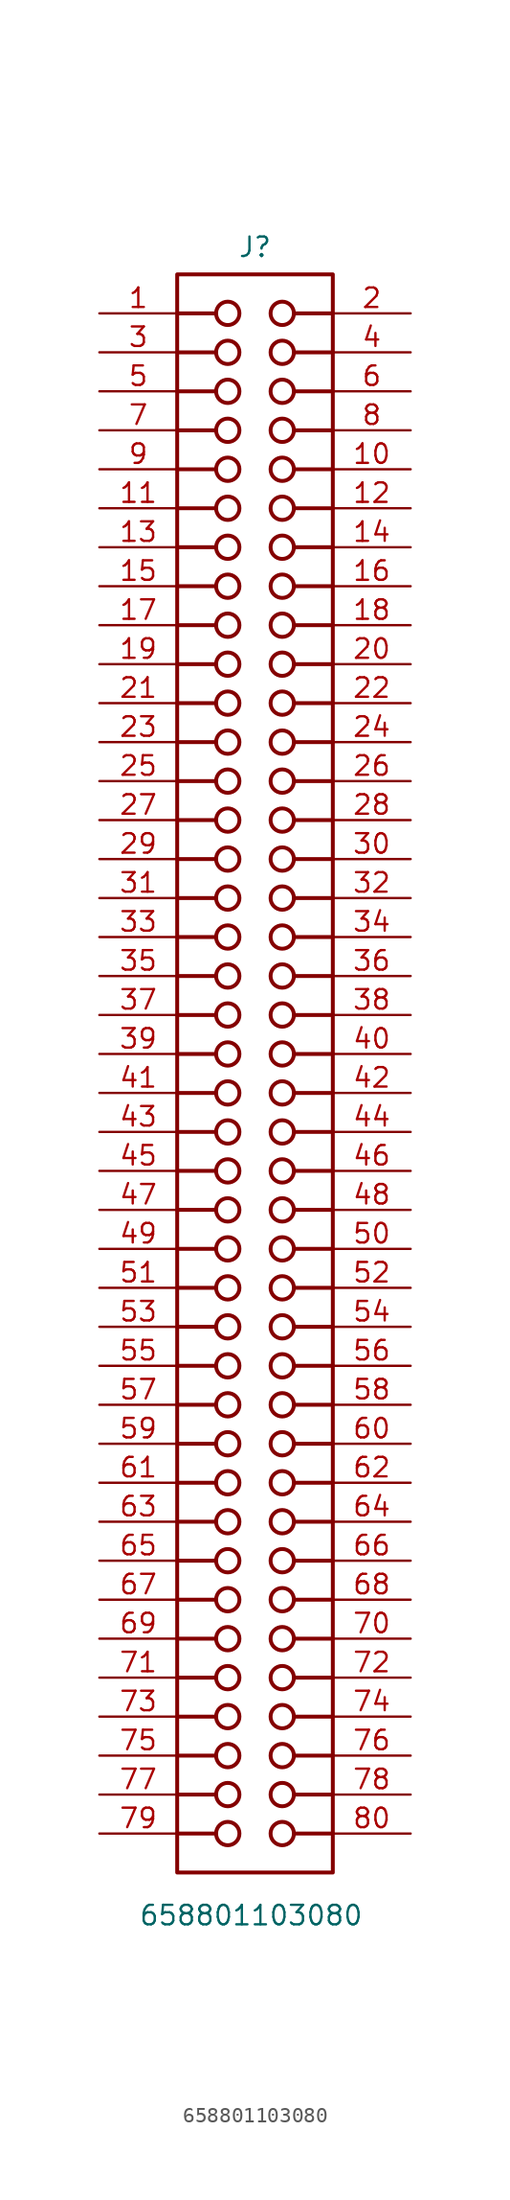
<source format=kicad_sym>
(kicad_symbol_lib
  (version 20241209)
  (generator "kicad_symbol_editor")
  (generator_version "9.0")
  (symbol "658801103080"
    (pin_names
      (hide yes))
    (property "Reference" "J"
      (at 0 52.578 0)
      (effects (font (size 1.27 1.27))))
    (property "Value" "658801103080"
      (at -0.254 -56.134 0)
      (effects (font (size 1.27 1.27))))
    (symbol "658801103080_1_1"
      (rectangle (start -5.08 50.8) (end 5.08 -53.34) (stroke (width 0.254) (type solid)) (fill (type none)))
      (polyline (pts (xy -5.08 48.26) (xy -2.54 48.26)) (stroke (width 0.254) (type solid)) (fill (type none)))
      (polyline (pts (xy -5.08 45.72) (xy -2.54 45.72)) (stroke (width 0.254) (type solid)) (fill (type none)))
      (polyline (pts (xy -5.08 43.18) (xy -2.54 43.18)) (stroke (width 0.254) (type solid)) (fill (type none)))
      (polyline (pts (xy -5.08 40.64) (xy -2.54 40.64)) (stroke (width 0.254) (type solid)) (fill (type none)))
      (polyline (pts (xy -5.08 38.1) (xy -2.54 38.1)) (stroke (width 0.254) (type solid)) (fill (type none)))
      (polyline (pts (xy -5.08 35.56) (xy -2.54 35.56)) (stroke (width 0.254) (type solid)) (fill (type none)))
      (polyline (pts (xy -5.08 33.02) (xy -2.54 33.02)) (stroke (width 0.254) (type solid)) (fill (type none)))
      (polyline (pts (xy -5.08 30.48) (xy -2.54 30.48)) (stroke (width 0.254) (type solid)) (fill (type none)))
      (polyline (pts (xy -5.08 27.94) (xy -2.54 27.94)) (stroke (width 0.254) (type solid)) (fill (type none)))
      (polyline (pts (xy -5.08 25.4) (xy -2.54 25.4)) (stroke (width 0.254) (type solid)) (fill (type none)))
      (polyline (pts (xy -5.08 22.86) (xy -2.54 22.86)) (stroke (width 0.254) (type solid)) (fill (type none)))
      (polyline (pts (xy -5.08 20.32) (xy -2.54 20.32)) (stroke (width 0.254) (type solid)) (fill (type none)))
      (polyline (pts (xy -5.08 17.78) (xy -2.54 17.78)) (stroke (width 0.254) (type solid)) (fill (type none)))
      (polyline (pts (xy -5.08 15.24) (xy -2.54 15.24)) (stroke (width 0.254) (type solid)) (fill (type none)))
      (polyline (pts (xy -5.08 12.7) (xy -2.54 12.7)) (stroke (width 0.254) (type solid)) (fill (type none)))
      (polyline (pts (xy -5.08 10.16) (xy -2.54 10.16)) (stroke (width 0.254) (type solid)) (fill (type none)))
      (polyline (pts (xy -5.08 7.62) (xy -2.54 7.62)) (stroke (width 0.254) (type solid)) (fill (type none)))
      (polyline (pts (xy -5.08 5.08) (xy -2.54 5.08)) (stroke (width 0.254) (type solid)) (fill (type none)))
      (polyline (pts (xy -5.08 2.54) (xy -2.54 2.54)) (stroke (width 0.254) (type solid)) (fill (type none)))
      (polyline (pts (xy -5.08 0) (xy -2.54 0)) (stroke (width 0.254) (type solid)) (fill (type none)))
      (polyline (pts (xy -5.08 -2.54) (xy -2.54 -2.54)) (stroke (width 0.254) (type solid)) (fill (type none)))
      (polyline (pts (xy -5.08 -5.08) (xy -2.54 -5.08)) (stroke (width 0.254) (type solid)) (fill (type none)))
      (polyline (pts (xy -5.08 -7.62) (xy -2.54 -7.62)) (stroke (width 0.254) (type solid)) (fill (type none)))
      (polyline (pts (xy -5.08 -10.16) (xy -2.54 -10.16)) (stroke (width 0.254) (type solid)) (fill (type none)))
      (polyline (pts (xy -5.08 -12.7) (xy -2.54 -12.7)) (stroke (width 0.254) (type solid)) (fill (type none)))
      (polyline (pts (xy -5.08 -15.24) (xy -2.54 -15.24)) (stroke (width 0.254) (type solid)) (fill (type none)))
      (polyline (pts (xy -5.08 -17.78) (xy -2.54 -17.78)) (stroke (width 0.254) (type solid)) (fill (type none)))
      (polyline (pts (xy -5.08 -20.32) (xy -2.54 -20.32)) (stroke (width 0.254) (type solid)) (fill (type none)))
      (polyline (pts (xy -5.08 -22.86) (xy -2.54 -22.86)) (stroke (width 0.254) (type solid)) (fill (type none)))
      (polyline (pts (xy -5.08 -25.4) (xy -2.54 -25.4)) (stroke (width 0.254) (type solid)) (fill (type none)))
      (polyline (pts (xy -5.08 -27.94) (xy -2.54 -27.94)) (stroke (width 0.254) (type solid)) (fill (type none)))
      (polyline (pts (xy -5.08 -30.48) (xy -2.54 -30.48)) (stroke (width 0.254) (type solid)) (fill (type none)))
      (polyline (pts (xy -5.08 -33.02) (xy -2.54 -33.02)) (stroke (width 0.254) (type solid)) (fill (type none)))
      (polyline (pts (xy -5.08 -35.56) (xy -2.54 -35.56)) (stroke (width 0.254) (type solid)) (fill (type none)))
      (polyline (pts (xy -5.08 -38.1) (xy -2.54 -38.1)) (stroke (width 0.254) (type solid)) (fill (type none)))
      (polyline (pts (xy -5.08 -40.64) (xy -2.54 -40.64)) (stroke (width 0.254) (type solid)) (fill (type none)))
      (polyline (pts (xy -5.08 -43.18) (xy -2.54 -43.18)) (stroke (width 0.254) (type solid)) (fill (type none)))
      (polyline (pts (xy -5.08 -45.72) (xy -2.54 -45.72)) (stroke (width 0.254) (type solid)) (fill (type none)))
      (polyline (pts (xy -5.08 -48.26) (xy -2.54 -48.26)) (stroke (width 0.254) (type solid)) (fill (type none)))
      (polyline (pts (xy -5.08 -50.8) (xy -2.54 -50.8)) (stroke (width 0.254) (type solid)) (fill (type none)))
      (circle (center -1.778 48.26) (radius 0.762) (stroke (width 0.254) (type solid)) (fill (type none)))
      (circle (center -1.778 45.72) (radius 0.762) (stroke (width 0.254) (type solid)) (fill (type none)))
      (circle (center -1.778 43.18) (radius 0.762) (stroke (width 0.254) (type solid)) (fill (type none)))
      (circle (center -1.778 40.64) (radius 0.762) (stroke (width 0.254) (type solid)) (fill (type none)))
      (circle (center -1.778 38.1) (radius 0.762) (stroke (width 0.254) (type solid)) (fill (type none)))
      (circle (center -1.778 35.56) (radius 0.762) (stroke (width 0.254) (type solid)) (fill (type none)))
      (circle (center -1.778 33.02) (radius 0.762) (stroke (width 0.254) (type solid)) (fill (type none)))
      (circle (center -1.778 30.48) (radius 0.762) (stroke (width 0.254) (type solid)) (fill (type none)))
      (circle (center -1.778 27.94) (radius 0.762) (stroke (width 0.254) (type solid)) (fill (type none)))
      (circle (center -1.778 25.4) (radius 0.762) (stroke (width 0.254) (type solid)) (fill (type none)))
      (circle (center -1.778 22.86) (radius 0.762) (stroke (width 0.254) (type solid)) (fill (type none)))
      (circle (center -1.778 20.32) (radius 0.762) (stroke (width 0.254) (type solid)) (fill (type none)))
      (circle (center -1.778 17.78) (radius 0.762) (stroke (width 0.254) (type solid)) (fill (type none)))
      (circle (center -1.778 15.24) (radius 0.762) (stroke (width 0.254) (type solid)) (fill (type none)))
      (circle (center -1.778 12.7) (radius 0.762) (stroke (width 0.254) (type solid)) (fill (type none)))
      (circle (center -1.778 10.16) (radius 0.762) (stroke (width 0.254) (type solid)) (fill (type none)))
      (circle (center -1.778 7.62) (radius 0.762) (stroke (width 0.254) (type solid)) (fill (type none)))
      (circle (center -1.778 5.08) (radius 0.762) (stroke (width 0.254) (type solid)) (fill (type none)))
      (circle (center -1.778 2.54) (radius 0.762) (stroke (width 0.254) (type solid)) (fill (type none)))
      (circle (center -1.778 0) (radius 0.762) (stroke (width 0.254) (type solid)) (fill (type none)))
      (circle (center -1.778 -2.54) (radius 0.762) (stroke (width 0.254) (type solid)) (fill (type none)))
      (circle (center -1.778 -5.08) (radius 0.762) (stroke (width 0.254) (type solid)) (fill (type none)))
      (circle (center -1.778 -7.62) (radius 0.762) (stroke (width 0.254) (type solid)) (fill (type none)))
      (circle (center -1.778 -10.16) (radius 0.762) (stroke (width 0.254) (type solid)) (fill (type none)))
      (circle (center -1.778 -12.7) (radius 0.762) (stroke (width 0.254) (type solid)) (fill (type none)))
      (circle (center -1.778 -15.24) (radius 0.762) (stroke (width 0.254) (type solid)) (fill (type none)))
      (circle (center -1.778 -17.78) (radius 0.762) (stroke (width 0.254) (type solid)) (fill (type none)))
      (circle (center -1.778 -20.32) (radius 0.762) (stroke (width 0.254) (type solid)) (fill (type none)))
      (circle (center -1.778 -22.86) (radius 0.762) (stroke (width 0.254) (type solid)) (fill (type none)))
      (circle (center -1.778 -25.4) (radius 0.762) (stroke (width 0.254) (type solid)) (fill (type none)))
      (circle (center -1.778 -27.94) (radius 0.762) (stroke (width 0.254) (type solid)) (fill (type none)))
      (circle (center -1.778 -30.48) (radius 0.762) (stroke (width 0.254) (type solid)) (fill (type none)))
      (circle (center -1.778 -33.02) (radius 0.762) (stroke (width 0.254) (type solid)) (fill (type none)))
      (circle (center -1.778 -35.56) (radius 0.762) (stroke (width 0.254) (type solid)) (fill (type none)))
      (circle (center -1.778 -38.1) (radius 0.762) (stroke (width 0.254) (type solid)) (fill (type none)))
      (circle (center -1.778 -40.64) (radius 0.762) (stroke (width 0.254) (type solid)) (fill (type none)))
      (circle (center -1.778 -43.18) (radius 0.762) (stroke (width 0.254) (type solid)) (fill (type none)))
      (circle (center -1.778 -45.72) (radius 0.762) (stroke (width 0.254) (type solid)) (fill (type none)))
      (circle (center -1.778 -48.26) (radius 0.762) (stroke (width 0.254) (type solid)) (fill (type none)))
      (circle (center -1.778 -50.8) (radius 0.762) (stroke (width 0.254) (type solid)) (fill (type none)))
      (circle (center 1.778 48.26) (radius 0.762) (stroke (width 0.254) (type solid)) (fill (type none)))
      (circle (center 1.778 45.72) (radius 0.762) (stroke (width 0.254) (type solid)) (fill (type none)))
      (circle (center 1.778 43.18) (radius 0.762) (stroke (width 0.254) (type solid)) (fill (type none)))
      (circle (center 1.778 40.64) (radius 0.762) (stroke (width 0.254) (type solid)) (fill (type none)))
      (circle (center 1.778 38.1) (radius 0.762) (stroke (width 0.254) (type solid)) (fill (type none)))
      (circle (center 1.778 35.56) (radius 0.762) (stroke (width 0.254) (type solid)) (fill (type none)))
      (circle (center 1.778 33.02) (radius 0.762) (stroke (width 0.254) (type solid)) (fill (type none)))
      (circle (center 1.778 30.48) (radius 0.762) (stroke (width 0.254) (type solid)) (fill (type none)))
      (circle (center 1.778 27.94) (radius 0.762) (stroke (width 0.254) (type solid)) (fill (type none)))
      (circle (center 1.778 25.4) (radius 0.762) (stroke (width 0.254) (type solid)) (fill (type none)))
      (circle (center 1.778 22.86) (radius 0.762) (stroke (width 0.254) (type solid)) (fill (type none)))
      (circle (center 1.778 20.32) (radius 0.762) (stroke (width 0.254) (type solid)) (fill (type none)))
      (circle (center 1.778 17.78) (radius 0.762) (stroke (width 0.254) (type solid)) (fill (type none)))
      (circle (center 1.778 15.24) (radius 0.762) (stroke (width 0.254) (type solid)) (fill (type none)))
      (circle (center 1.778 12.7) (radius 0.762) (stroke (width 0.254) (type solid)) (fill (type none)))
      (circle (center 1.778 10.16) (radius 0.762) (stroke (width 0.254) (type solid)) (fill (type none)))
      (circle (center 1.778 7.62) (radius 0.762) (stroke (width 0.254) (type solid)) (fill (type none)))
      (circle (center 1.778 5.08) (radius 0.762) (stroke (width 0.254) (type solid)) (fill (type none)))
      (circle (center 1.778 2.54) (radius 0.762) (stroke (width 0.254) (type solid)) (fill (type none)))
      (circle (center 1.778 0) (radius 0.762) (stroke (width 0.254) (type solid)) (fill (type none)))
      (circle (center 1.778 -2.54) (radius 0.762) (stroke (width 0.254) (type solid)) (fill (type none)))
      (circle (center 1.778 -5.08) (radius 0.762) (stroke (width 0.254) (type solid)) (fill (type none)))
      (circle (center 1.778 -7.62) (radius 0.762) (stroke (width 0.254) (type solid)) (fill (type none)))
      (circle (center 1.778 -10.16) (radius 0.762) (stroke (width 0.254) (type solid)) (fill (type none)))
      (circle (center 1.778 -12.7) (radius 0.762) (stroke (width 0.254) (type solid)) (fill (type none)))
      (circle (center 1.778 -15.24) (radius 0.762) (stroke (width 0.254) (type solid)) (fill (type none)))
      (circle (center 1.778 -17.78) (radius 0.762) (stroke (width 0.254) (type solid)) (fill (type none)))
      (circle (center 1.778 -20.32) (radius 0.762) (stroke (width 0.254) (type solid)) (fill (type none)))
      (circle (center 1.778 -22.86) (radius 0.762) (stroke (width 0.254) (type solid)) (fill (type none)))
      (circle (center 1.778 -25.4) (radius 0.762) (stroke (width 0.254) (type solid)) (fill (type none)))
      (circle (center 1.778 -27.94) (radius 0.762) (stroke (width 0.254) (type solid)) (fill (type none)))
      (circle (center 1.778 -30.48) (radius 0.762) (stroke (width 0.254) (type solid)) (fill (type none)))
      (circle (center 1.778 -33.02) (radius 0.762) (stroke (width 0.254) (type solid)) (fill (type none)))
      (circle (center 1.778 -35.56) (radius 0.762) (stroke (width 0.254) (type solid)) (fill (type none)))
      (circle (center 1.778 -38.1) (radius 0.762) (stroke (width 0.254) (type solid)) (fill (type none)))
      (circle (center 1.778 -40.64) (radius 0.762) (stroke (width 0.254) (type solid)) (fill (type none)))
      (circle (center 1.778 -43.18) (radius 0.762) (stroke (width 0.254) (type solid)) (fill (type none)))
      (circle (center 1.778 -45.72) (radius 0.762) (stroke (width 0.254) (type solid)) (fill (type none)))
      (circle (center 1.778 -48.26) (radius 0.762) (stroke (width 0.254) (type solid)) (fill (type none)))
      (circle (center 1.778 -50.8) (radius 0.762) (stroke (width 0.254) (type solid)) (fill (type none)))
      (polyline (pts (xy 5.08 48.26) (xy 2.54 48.26)) (stroke (width 0.254) (type solid)) (fill (type none)))
      (polyline (pts (xy 5.08 45.72) (xy 2.54 45.72)) (stroke (width 0.254) (type solid)) (fill (type none)))
      (polyline (pts (xy 5.08 43.18) (xy 2.54 43.18)) (stroke (width 0.254) (type solid)) (fill (type none)))
      (polyline (pts (xy 5.08 40.64) (xy 2.54 40.64)) (stroke (width 0.254) (type solid)) (fill (type none)))
      (polyline (pts (xy 5.08 38.1) (xy 2.54 38.1)) (stroke (width 0.254) (type solid)) (fill (type none)))
      (polyline (pts (xy 5.08 35.56) (xy 2.54 35.56)) (stroke (width 0.254) (type solid)) (fill (type none)))
      (polyline (pts (xy 5.08 33.02) (xy 2.54 33.02)) (stroke (width 0.254) (type solid)) (fill (type none)))
      (polyline (pts (xy 5.08 30.48) (xy 2.54 30.48)) (stroke (width 0.254) (type solid)) (fill (type none)))
      (polyline (pts (xy 5.08 27.94) (xy 2.54 27.94)) (stroke (width 0.254) (type solid)) (fill (type none)))
      (polyline (pts (xy 5.08 25.4) (xy 2.54 25.4)) (stroke (width 0.254) (type solid)) (fill (type none)))
      (polyline (pts (xy 5.08 22.86) (xy 2.54 22.86)) (stroke (width 0.254) (type solid)) (fill (type none)))
      (polyline (pts (xy 5.08 20.32) (xy 2.54 20.32)) (stroke (width 0.254) (type solid)) (fill (type none)))
      (polyline (pts (xy 5.08 17.78) (xy 2.54 17.78)) (stroke (width 0.254) (type solid)) (fill (type none)))
      (polyline (pts (xy 5.08 15.24) (xy 2.54 15.24)) (stroke (width 0.254) (type solid)) (fill (type none)))
      (polyline (pts (xy 5.08 12.7) (xy 2.54 12.7)) (stroke (width 0.254) (type solid)) (fill (type none)))
      (polyline (pts (xy 5.08 10.16) (xy 2.54 10.16)) (stroke (width 0.254) (type solid)) (fill (type none)))
      (polyline (pts (xy 5.08 7.62) (xy 2.54 7.62)) (stroke (width 0.254) (type solid)) (fill (type none)))
      (polyline (pts (xy 5.08 5.08) (xy 2.54 5.08)) (stroke (width 0.254) (type solid)) (fill (type none)))
      (polyline (pts (xy 5.08 2.54) (xy 2.54 2.54)) (stroke (width 0.254) (type solid)) (fill (type none)))
      (polyline (pts (xy 5.08 0) (xy 2.54 0)) (stroke (width 0.254) (type solid)) (fill (type none)))
      (polyline (pts (xy 5.08 -2.54) (xy 2.54 -2.54)) (stroke (width 0.254) (type solid)) (fill (type none)))
      (polyline (pts (xy 5.08 -5.08) (xy 2.54 -5.08)) (stroke (width 0.254) (type solid)) (fill (type none)))
      (polyline (pts (xy 5.08 -7.62) (xy 2.54 -7.62)) (stroke (width 0.254) (type solid)) (fill (type none)))
      (polyline (pts (xy 5.08 -10.16) (xy 2.54 -10.16)) (stroke (width 0.254) (type solid)) (fill (type none)))
      (polyline (pts (xy 5.08 -12.7) (xy 2.54 -12.7)) (stroke (width 0.254) (type solid)) (fill (type none)))
      (polyline (pts (xy 5.08 -15.24) (xy 2.54 -15.24)) (stroke (width 0.254) (type solid)) (fill (type none)))
      (polyline (pts (xy 5.08 -17.78) (xy 2.54 -17.78)) (stroke (width 0.254) (type solid)) (fill (type none)))
      (polyline (pts (xy 5.08 -20.32) (xy 2.54 -20.32)) (stroke (width 0.254) (type solid)) (fill (type none)))
      (polyline (pts (xy 5.08 -22.86) (xy 2.54 -22.86)) (stroke (width 0.254) (type solid)) (fill (type none)))
      (polyline (pts (xy 5.08 -25.4) (xy 2.54 -25.4)) (stroke (width 0.254) (type solid)) (fill (type none)))
      (polyline (pts (xy 5.08 -27.94) (xy 2.54 -27.94)) (stroke (width 0.254) (type solid)) (fill (type none)))
      (polyline (pts (xy 5.08 -30.48) (xy 2.54 -30.48)) (stroke (width 0.254) (type solid)) (fill (type none)))
      (polyline (pts (xy 5.08 -33.02) (xy 2.54 -33.02)) (stroke (width 0.254) (type solid)) (fill (type none)))
      (polyline (pts (xy 5.08 -35.56) (xy 2.54 -35.56)) (stroke (width 0.254) (type solid)) (fill (type none)))
      (polyline (pts (xy 5.08 -38.1) (xy 2.54 -38.1)) (stroke (width 0.254) (type solid)) (fill (type none)))
      (polyline (pts (xy 5.08 -40.64) (xy 2.54 -40.64)) (stroke (width 0.254) (type solid)) (fill (type none)))
      (polyline (pts (xy 5.08 -43.18) (xy 2.54 -43.18)) (stroke (width 0.254) (type solid)) (fill (type none)))
      (polyline (pts (xy 5.08 -45.72) (xy 2.54 -45.72)) (stroke (width 0.254) (type solid)) (fill (type none)))
      (polyline (pts (xy 5.08 -48.26) (xy 2.54 -48.26)) (stroke (width 0.254) (type solid)) (fill (type none)))
      (polyline (pts (xy 5.08 -50.8) (xy 2.54 -50.8)) (stroke (width 0.254) (type solid)) (fill (type none)))
      (pin passive line (at -10.16 48.26 0) (length 5.08) (name "1" (effects (font (size 1.27 1.27)))) (number "1" (effects (font (size 1.27 1.27)))))
      (pin passive line (at -10.16 45.72 0) (length 5.08) (name "3" (effects (font (size 1.27 1.27)))) (number "3" (effects (font (size 1.27 1.27)))))
      (pin passive line (at -10.16 43.18 0) (length 5.08) (name "5" (effects (font (size 1.27 1.27)))) (number "5" (effects (font (size 1.27 1.27)))))
      (pin passive line (at -10.16 40.64 0) (length 5.08) (name "7" (effects (font (size 1.27 1.27)))) (number "7" (effects (font (size 1.27 1.27)))))
      (pin passive line (at -10.16 38.1 0) (length 5.08) (name "9" (effects (font (size 1.27 1.27)))) (number "9" (effects (font (size 1.27 1.27)))))
      (pin passive line (at -10.16 35.56 0) (length 5.08) (name "11" (effects (font (size 1.27 1.27)))) (number "11" (effects (font (size 1.27 1.27)))))
      (pin passive line (at -10.16 33.02 0) (length 5.08) (name "13" (effects (font (size 1.27 1.27)))) (number "13" (effects (font (size 1.27 1.27)))))
      (pin passive line (at -10.16 30.48 0) (length 5.08) (name "15" (effects (font (size 1.27 1.27)))) (number "15" (effects (font (size 1.27 1.27)))))
      (pin passive line (at -10.16 27.94 0) (length 5.08) (name "17" (effects (font (size 1.27 1.27)))) (number "17" (effects (font (size 1.27 1.27)))))
      (pin passive line (at -10.16 25.4 0) (length 5.08) (name "19" (effects (font (size 1.27 1.27)))) (number "19" (effects (font (size 1.27 1.27)))))
      (pin passive line (at -10.16 22.86 0) (length 5.08) (name "21" (effects (font (size 1.27 1.27)))) (number "21" (effects (font (size 1.27 1.27)))))
      (pin passive line (at -10.16 20.32 0) (length 5.08) (name "23" (effects (font (size 1.27 1.27)))) (number "23" (effects (font (size 1.27 1.27)))))
      (pin passive line (at -10.16 17.78 0) (length 5.08) (name "25" (effects (font (size 1.27 1.27)))) (number "25" (effects (font (size 1.27 1.27)))))
      (pin passive line (at -10.16 15.24 0) (length 5.08) (name "27" (effects (font (size 1.27 1.27)))) (number "27" (effects (font (size 1.27 1.27)))))
      (pin passive line (at -10.16 12.7 0) (length 5.08) (name "29" (effects (font (size 1.27 1.27)))) (number "29" (effects (font (size 1.27 1.27)))))
      (pin passive line (at -10.16 10.16 0) (length 5.08) (name "31" (effects (font (size 1.27 1.27)))) (number "31" (effects (font (size 1.27 1.27)))))
      (pin passive line (at -10.16 7.62 0) (length 5.08) (name "33" (effects (font (size 1.27 1.27)))) (number "33" (effects (font (size 1.27 1.27)))))
      (pin passive line (at -10.16 5.08 0) (length 5.08) (name "35" (effects (font (size 1.27 1.27)))) (number "35" (effects (font (size 1.27 1.27)))))
      (pin passive line (at -10.16 2.54 0) (length 5.08) (name "37" (effects (font (size 1.27 1.27)))) (number "37" (effects (font (size 1.27 1.27)))))
      (pin passive line (at -10.16 0 0) (length 5.08) (name "39" (effects (font (size 1.27 1.27)))) (number "39" (effects (font (size 1.27 1.27)))))
      (pin passive line (at -10.16 -2.54 0) (length 5.08) (name "41" (effects (font (size 1.27 1.27)))) (number "41" (effects (font (size 1.27 1.27)))))
      (pin passive line (at -10.16 -5.08 0) (length 5.08) (name "43" (effects (font (size 1.27 1.27)))) (number "43" (effects (font (size 1.27 1.27)))))
      (pin passive line (at -10.16 -7.62 0) (length 5.08) (name "45" (effects (font (size 1.27 1.27)))) (number "45" (effects (font (size 1.27 1.27)))))
      (pin passive line (at -10.16 -10.16 0) (length 5.08) (name "47" (effects (font (size 1.27 1.27)))) (number "47" (effects (font (size 1.27 1.27)))))
      (pin passive line (at -10.16 -12.7 0) (length 5.08) (name "49" (effects (font (size 1.27 1.27)))) (number "49" (effects (font (size 1.27 1.27)))))
      (pin passive line (at -10.16 -15.24 0) (length 5.08) (name "51" (effects (font (size 1.27 1.27)))) (number "51" (effects (font (size 1.27 1.27)))))
      (pin passive line (at -10.16 -17.78 0) (length 5.08) (name "53" (effects (font (size 1.27 1.27)))) (number "53" (effects (font (size 1.27 1.27)))))
      (pin passive line (at -10.16 -20.32 0) (length 5.08) (name "55" (effects (font (size 1.27 1.27)))) (number "55" (effects (font (size 1.27 1.27)))))
      (pin passive line (at -10.16 -22.86 0) (length 5.08) (name "57" (effects (font (size 1.27 1.27)))) (number "57" (effects (font (size 1.27 1.27)))))
      (pin passive line (at -10.16 -25.4 0) (length 5.08) (name "59" (effects (font (size 1.27 1.27)))) (number "59" (effects (font (size 1.27 1.27)))))
      (pin passive line (at -10.16 -27.94 0) (length 5.08) (name "61" (effects (font (size 1.27 1.27)))) (number "61" (effects (font (size 1.27 1.27)))))
      (pin passive line (at -10.16 -30.48 0) (length 5.08) (name "63" (effects (font (size 1.27 1.27)))) (number "63" (effects (font (size 1.27 1.27)))))
      (pin passive line (at -10.16 -33.02 0) (length 5.08) (name "65" (effects (font (size 1.27 1.27)))) (number "65" (effects (font (size 1.27 1.27)))))
      (pin passive line (at -10.16 -35.56 0) (length 5.08) (name "67" (effects (font (size 1.27 1.27)))) (number "67" (effects (font (size 1.27 1.27)))))
      (pin passive line (at -10.16 -38.1 0) (length 5.08) (name "69" (effects (font (size 1.27 1.27)))) (number "69" (effects (font (size 1.27 1.27)))))
      (pin passive line (at -10.16 -40.64 0) (length 5.08) (name "71" (effects (font (size 1.27 1.27)))) (number "71" (effects (font (size 1.27 1.27)))))
      (pin passive line (at -10.16 -43.18 0) (length 5.08) (name "73" (effects (font (size 1.27 1.27)))) (number "73" (effects (font (size 1.27 1.27)))))
      (pin passive line (at -10.16 -45.72 0) (length 5.08) (name "75" (effects (font (size 1.27 1.27)))) (number "75" (effects (font (size 1.27 1.27)))))
      (pin passive line (at -10.16 -48.26 0) (length 5.08) (name "77" (effects (font (size 1.27 1.27)))) (number "77" (effects (font (size 1.27 1.27)))))
      (pin passive line (at -10.16 -50.8 0) (length 5.08) (name "79" (effects (font (size 1.27 1.27)))) (number "79" (effects (font (size 1.27 1.27)))))
      (pin passive line (at 10.16 48.26 180) (length 5.08) (name "2" (effects (font (size 1.27 1.27)))) (number "2" (effects (font (size 1.27 1.27)))))
      (pin passive line (at 10.16 45.72 180) (length 5.08) (name "4" (effects (font (size 1.27 1.27)))) (number "4" (effects (font (size 1.27 1.27)))))
      (pin passive line (at 10.16 43.18 180) (length 5.08) (name "6" (effects (font (size 1.27 1.27)))) (number "6" (effects (font (size 1.27 1.27)))))
      (pin passive line (at 10.16 40.64 180) (length 5.08) (name "8" (effects (font (size 1.27 1.27)))) (number "8" (effects (font (size 1.27 1.27)))))
      (pin passive line (at 10.16 38.1 180) (length 5.08) (name "10" (effects (font (size 1.27 1.27)))) (number "10" (effects (font (size 1.27 1.27)))))
      (pin passive line (at 10.16 35.56 180) (length 5.08) (name "12" (effects (font (size 1.27 1.27)))) (number "12" (effects (font (size 1.27 1.27)))))
      (pin passive line (at 10.16 33.02 180) (length 5.08) (name "14" (effects (font (size 1.27 1.27)))) (number "14" (effects (font (size 1.27 1.27)))))
      (pin passive line (at 10.16 30.48 180) (length 5.08) (name "16" (effects (font (size 1.27 1.27)))) (number "16" (effects (font (size 1.27 1.27)))))
      (pin passive line (at 10.16 27.94 180) (length 5.08) (name "18" (effects (font (size 1.27 1.27)))) (number "18" (effects (font (size 1.27 1.27)))))
      (pin passive line (at 10.16 25.4 180) (length 5.08) (name "20" (effects (font (size 1.27 1.27)))) (number "20" (effects (font (size 1.27 1.27)))))
      (pin passive line (at 10.16 22.86 180) (length 5.08) (name "22" (effects (font (size 1.27 1.27)))) (number "22" (effects (font (size 1.27 1.27)))))
      (pin passive line (at 10.16 20.32 180) (length 5.08) (name "24" (effects (font (size 1.27 1.27)))) (number "24" (effects (font (size 1.27 1.27)))))
      (pin passive line (at 10.16 17.78 180) (length 5.08) (name "1" (effects (font (size 1.27 1.27)))) (number "26" (effects (font (size 1.27 1.27)))))
      (pin passive line (at 10.16 15.24 180) (length 5.08) (name "28" (effects (font (size 1.27 1.27)))) (number "28" (effects (font (size 1.27 1.27)))))
      (pin passive line (at 10.16 12.7 180) (length 5.08) (name "30" (effects (font (size 1.27 1.27)))) (number "30" (effects (font (size 1.27 1.27)))))
      (pin passive line (at 10.16 10.16 180) (length 5.08) (name "32" (effects (font (size 1.27 1.27)))) (number "32" (effects (font (size 1.27 1.27)))))
      (pin passive line (at 10.16 7.62 180) (length 5.08) (name "34" (effects (font (size 1.27 1.27)))) (number "34" (effects (font (size 1.27 1.27)))))
      (pin passive line (at 10.16 5.08 180) (length 5.08) (name "36" (effects (font (size 1.27 1.27)))) (number "36" (effects (font (size 1.27 1.27)))))
      (pin passive line (at 10.16 2.54 180) (length 5.08) (name "38" (effects (font (size 1.27 1.27)))) (number "38" (effects (font (size 1.27 1.27)))))
      (pin passive line (at 10.16 0 180) (length 5.08) (name "40" (effects (font (size 1.27 1.27)))) (number "40" (effects (font (size 1.27 1.27)))))
      (pin passive line (at 10.16 -2.54 180) (length 5.08) (name "42" (effects (font (size 1.27 1.27)))) (number "42" (effects (font (size 1.27 1.27)))))
      (pin passive line (at 10.16 -5.08 180) (length 5.08) (name "44" (effects (font (size 1.27 1.27)))) (number "44" (effects (font (size 1.27 1.27)))))
      (pin passive line (at 10.16 -7.62 180) (length 5.08) (name "46" (effects (font (size 1.27 1.27)))) (number "46" (effects (font (size 1.27 1.27)))))
      (pin passive line (at 10.16 -10.16 180) (length 5.08) (name "48" (effects (font (size 1.27 1.27)))) (number "48" (effects (font (size 1.27 1.27)))))
      (pin passive line (at 10.16 -12.7 180) (length 5.08) (name "50" (effects (font (size 1.27 1.27)))) (number "50" (effects (font (size 1.27 1.27)))))
      (pin passive line (at 10.16 -15.24 180) (length 5.08) (name "52" (effects (font (size 1.27 1.27)))) (number "52" (effects (font (size 1.27 1.27)))))
      (pin passive line (at 10.16 -17.78 180) (length 5.08) (name "54" (effects (font (size 1.27 1.27)))) (number "54" (effects (font (size 1.27 1.27)))))
      (pin passive line (at 10.16 -20.32 180) (length 5.08) (name "56" (effects (font (size 1.27 1.27)))) (number "56" (effects (font (size 1.27 1.27)))))
      (pin passive line (at 10.16 -22.86 180) (length 5.08) (name "58" (effects (font (size 1.27 1.27)))) (number "58" (effects (font (size 1.27 1.27)))))
      (pin passive line (at 10.16 -25.4 180) (length 5.08) (name "60" (effects (font (size 1.27 1.27)))) (number "60" (effects (font (size 1.27 1.27)))))
      (pin passive line (at 10.16 -27.94 180) (length 5.08) (name "62" (effects (font (size 1.27 1.27)))) (number "62" (effects (font (size 1.27 1.27)))))
      (pin passive line (at 10.16 -30.48 180) (length 5.08) (name "64" (effects (font (size 1.27 1.27)))) (number "64" (effects (font (size 1.27 1.27)))))
      (pin passive line (at 10.16 -33.02 180) (length 5.08) (name "66" (effects (font (size 1.27 1.27)))) (number "66" (effects (font (size 1.27 1.27)))))
      (pin passive line (at 10.16 -35.56 180) (length 5.08) (name "68" (effects (font (size 1.27 1.27)))) (number "68" (effects (font (size 1.27 1.27)))))
      (pin passive line (at 10.16 -38.1 180) (length 5.08) (name "70" (effects (font (size 1.27 1.27)))) (number "70" (effects (font (size 1.27 1.27)))))
      (pin passive line (at 10.16 -40.64 180) (length 5.08) (name "72" (effects (font (size 1.27 1.27)))) (number "72" (effects (font (size 1.27 1.27)))))
      (pin passive line (at 10.16 -43.18 180) (length 5.08) (name "74" (effects (font (size 1.27 1.27)))) (number "74" (effects (font (size 1.27 1.27)))))
      (pin passive line (at 10.16 -45.72 180) (length 5.08) (name "76" (effects (font (size 1.27 1.27)))) (number "76" (effects (font (size 1.27 1.27)))))
      (pin passive line (at 10.16 -48.26 180) (length 5.08) (name "78" (effects (font (size 1.27 1.27)))) (number "78" (effects (font (size 1.27 1.27)))))
      (pin passive line (at 10.16 -50.8 180) (length 5.08) (name "80" (effects (font (size 1.27 1.27)))) (number "80" (effects (font (size 1.27 1.27))))))))
</source>
